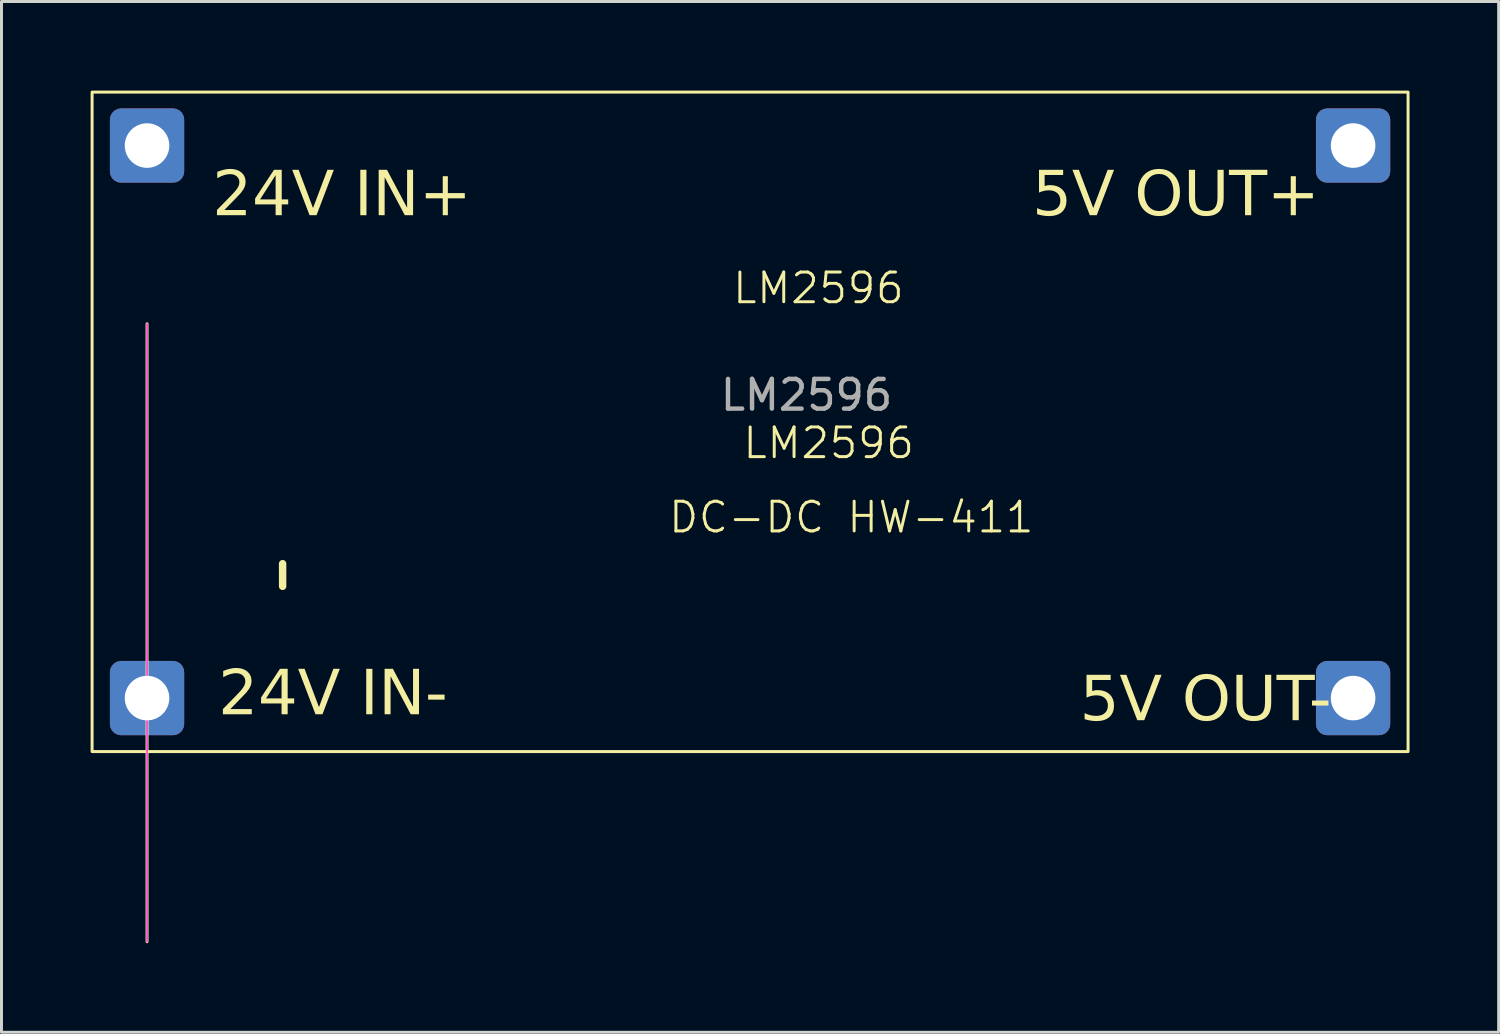
<source format=kicad_pcb>
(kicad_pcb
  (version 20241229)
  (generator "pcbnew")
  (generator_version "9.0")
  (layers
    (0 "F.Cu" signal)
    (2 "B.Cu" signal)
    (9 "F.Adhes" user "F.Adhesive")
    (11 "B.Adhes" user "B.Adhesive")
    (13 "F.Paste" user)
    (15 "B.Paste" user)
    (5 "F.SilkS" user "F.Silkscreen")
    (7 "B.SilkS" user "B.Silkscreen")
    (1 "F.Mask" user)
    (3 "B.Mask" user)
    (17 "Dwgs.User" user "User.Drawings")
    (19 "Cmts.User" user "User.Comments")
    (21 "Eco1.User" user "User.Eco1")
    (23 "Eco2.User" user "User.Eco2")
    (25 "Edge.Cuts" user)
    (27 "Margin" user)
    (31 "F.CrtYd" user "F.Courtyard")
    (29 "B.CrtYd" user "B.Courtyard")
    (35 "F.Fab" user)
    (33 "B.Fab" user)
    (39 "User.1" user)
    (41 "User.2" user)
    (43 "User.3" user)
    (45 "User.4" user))
  (footprint "LM2596"
    (layer "F.Cu")
    (at 1.9 1.85)
    (property "Reference" "LM2596" (at 22.6 4.8 0) (unlocked yes) (layer "F.SilkS") (effects (font (size 1 1) (thickness 0.1))))
    (attr smd)
    (fp_line (start 0 6) (end 0 26.8) (stroke (width 0.1) (type default)) (layer "F.SilkS"))
    (fp_rect (start -1.85 -1.8) (end 42.45 20.4) (stroke (width 0.1) (type default)) (fill no) (layer "F.SilkS"))
    (fp_line (start 0 26.8) (end 0 6) (stroke (width 0.05) (type default)) (layer "F.CrtYd"))
    (fp_text user "LM2596" (at 20 10.6 0) (unlocked yes) (layer "F.SilkS") (effects (font (size 1 1) (thickness 0.1)) (justify left bottom)))
    (fp_text user "-" (at 5.08 15.24 90) (unlocked yes) (layer "F.SilkS") (effects (font (size 1 1) (thickness 0.25) (bold yes)) (justify left bottom)))
    (fp_text user "DC-DC HW-411" (at 17.5 13.1 0) (unlocked yes) (layer "F.SilkS") (effects (font (size 1 1) (thickness 0.1)) (justify left bottom)))
    (fp_text user "24V IN+" (at 2.2 2.6 0) (unlocked yes) (layer "F.SilkS") (effects (font (face "Bahnschrift") (size 1.5 1.5) (thickness 0.1)) (justify left bottom)))
    (fp_text user "24V IN-" (at 2.4 19.4 0) (unlocked yes) (layer "F.SilkS") (effects (font (face "Bahnschrift") (size 1.5 1.5) (thickness 0.1)) (justify left bottom)))
    (fp_text user "5V OUT+" (at 29.8 2.6 0) (unlocked yes) (layer "F.SilkS") (effects (font (face "Bahnschrift") (size 1.5 1.5) (thickness 0.1)) (justify left bottom)))
    (fp_text user "5V OUT-" (at 31.4 19.6 0) (unlocked yes) (layer "F.SilkS") (effects (font (face "Bahnschrift") (size 1.5 1.5) (thickness 0.1)) (justify left bottom)))
    (fp_text user "${REFERENCE}" (at 22.2 8.4 0) (unlocked yes) (layer "F.Fab") (effects (font (size 1 1) (thickness 0.15))))
    (pad "1" thru_hole roundrect (at 0 0) (size 2.5 2.5) (drill 1.5) (layers "*.Cu" "*.Mask") (roundrect_rratio 0.15))
    (pad "2" thru_hole roundrect (at 0 18.6) (size 2.5 2.5) (drill 1.5) (layers "*.Cu" "*.Mask") (roundrect_rratio 0.15))
    (pad "3" thru_hole roundrect (at 40.6 0) (size 2.5 2.5) (drill 1.5) (layers "*.Cu" "*.Mask") (roundrect_rratio 0.15))
    (pad "4" thru_hole roundrect (at 40.6 18.6) (size 2.5 2.5) (drill 1.5) (layers "*.Cu" "*.Mask") (roundrect_rratio 0.15)))
  (gr_rect
    (start -3 -3)
    (end 47.4 31.7)
    (stroke (width 0.1) (type default))
    (fill no)
    (layer "Edge.Cuts")))
</source>
